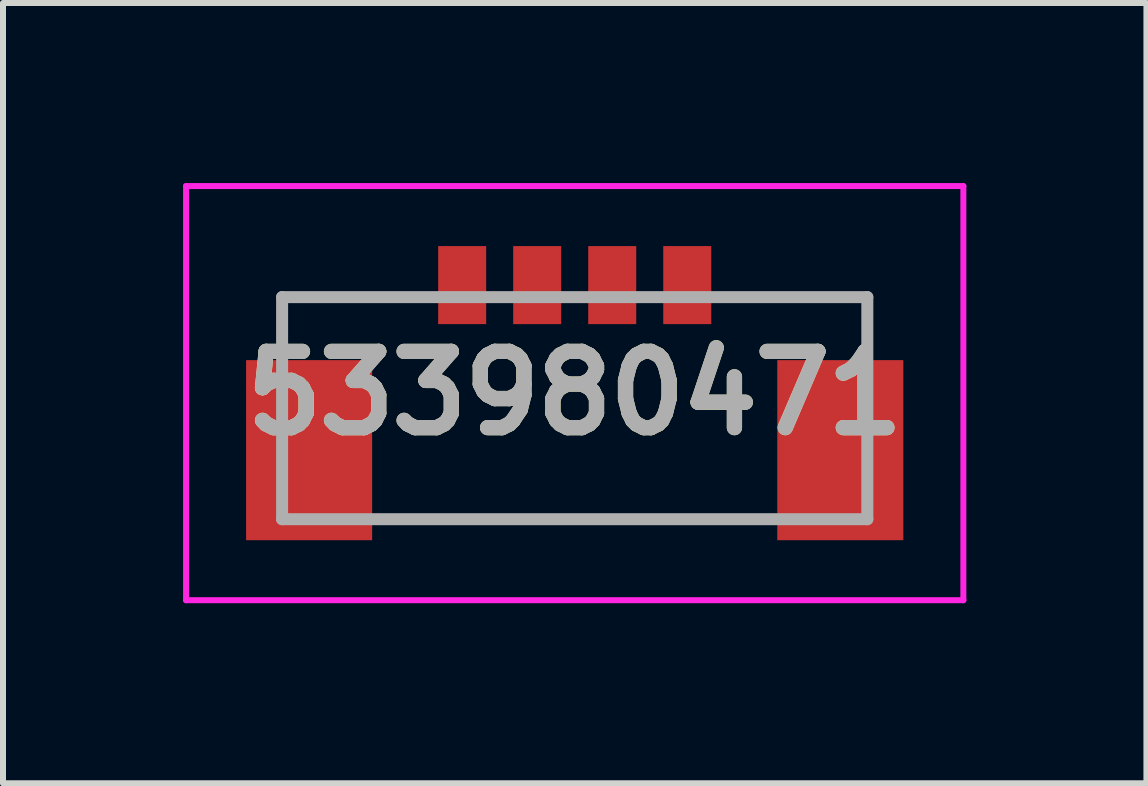
<source format=kicad_pcb>
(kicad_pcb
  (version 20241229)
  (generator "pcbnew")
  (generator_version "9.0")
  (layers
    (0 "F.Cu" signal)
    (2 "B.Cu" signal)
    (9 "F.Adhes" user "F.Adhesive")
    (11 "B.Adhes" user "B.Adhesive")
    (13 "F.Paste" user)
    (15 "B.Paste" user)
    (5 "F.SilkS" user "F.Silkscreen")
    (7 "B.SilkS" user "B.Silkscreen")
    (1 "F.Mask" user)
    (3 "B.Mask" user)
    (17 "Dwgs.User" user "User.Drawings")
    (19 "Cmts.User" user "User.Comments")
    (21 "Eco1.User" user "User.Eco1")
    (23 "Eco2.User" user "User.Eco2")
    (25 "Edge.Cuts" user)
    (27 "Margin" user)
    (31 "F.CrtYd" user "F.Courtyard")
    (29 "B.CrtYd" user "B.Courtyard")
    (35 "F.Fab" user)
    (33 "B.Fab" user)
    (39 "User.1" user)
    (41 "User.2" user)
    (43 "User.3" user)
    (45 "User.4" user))
  (footprint "533980471"
    (layer "F.Cu")
    (at 6.525 1.9)
    (property "Reference" "533980471" (at 0 1.6 0) (layer "F.SilkS") (effects (font (size 1.27 1.27) (thickness 0.254))))
    (attr smd)
    (fp_line (start -4.875 0) (end -4.875 0.5) (stroke (width 0.1) (type solid)) (layer "F.SilkS"))
    (fp_line (start -3 3.7) (end 3 3.7) (stroke (width 0.1) (type solid)) (layer "F.SilkS"))
    (fp_line (start -2.5 0) (end -4.875 0) (stroke (width 0.1) (type solid)) (layer "F.SilkS"))
    (fp_line (start 2.5 0) (end 4.875 0) (stroke (width 0.1) (type solid)) (layer "F.SilkS"))
    (fp_line (start 4.875 0) (end 4.875 0.5) (stroke (width 0.1) (type solid)) (layer "F.SilkS"))
    (fp_line (start -6.475 -1.85) (end 6.475 -1.85) (stroke (width 0.1) (type solid)) (layer "F.CrtYd"))
    (fp_line (start -6.475 5.05) (end -6.475 -1.85) (stroke (width 0.1) (type solid)) (layer "F.CrtYd"))
    (fp_line (start 6.475 -1.85) (end 6.475 5.05) (stroke (width 0.1) (type solid)) (layer "F.CrtYd"))
    (fp_line (start 6.475 5.05) (end -6.475 5.05) (stroke (width 0.1) (type solid)) (layer "F.CrtYd"))
    (fp_line (start -4.875 0) (end 4.875 0) (stroke (width 0.2) (type solid)) (layer "F.Fab"))
    (fp_line (start -4.875 3.7) (end -4.875 0) (stroke (width 0.2) (type solid)) (layer "F.Fab"))
    (fp_line (start 4.875 0) (end 4.875 3.7) (stroke (width 0.2) (type solid)) (layer "F.Fab"))
    (fp_line (start 4.875 3.7) (end -4.875 3.7) (stroke (width 0.2) (type solid)) (layer "F.Fab"))
    (fp_text user "${REFERENCE}" (at 0 1.6 0) (layer "F.Fab") (effects (font (size 1.27 1.27) (thickness 0.254))))
    (pad "1" smd rect (at -1.875 -0.2) (size 0.8 1.3) (layers "F.Cu" "F.Mask" "F.Paste"))
    (pad "2" smd rect (at -0.625 -0.2) (size 0.8 1.3) (layers "F.Cu" "F.Mask" "F.Paste"))
    (pad "3" smd rect (at 0.625 -0.2) (size 0.8 1.3) (layers "F.Cu" "F.Mask" "F.Paste"))
    (pad "4" smd rect (at 1.875 -0.2) (size 0.8 1.3) (layers "F.Cu" "F.Mask" "F.Paste"))
    (pad "5" smd rect (at -4.425 2.55) (size 2.1 3) (layers "F.Cu" "F.Mask" "F.Paste"))
    (pad "6" smd rect (at 4.425 2.55) (size 2.1 3) (layers "F.Cu" "F.Mask" "F.Paste")))
  (gr_rect
    (start -3 -3)
    (end 16.05 10)
    (stroke (width 0.1) (type default))
    (fill no)
    (layer "Edge.Cuts")))
</source>
